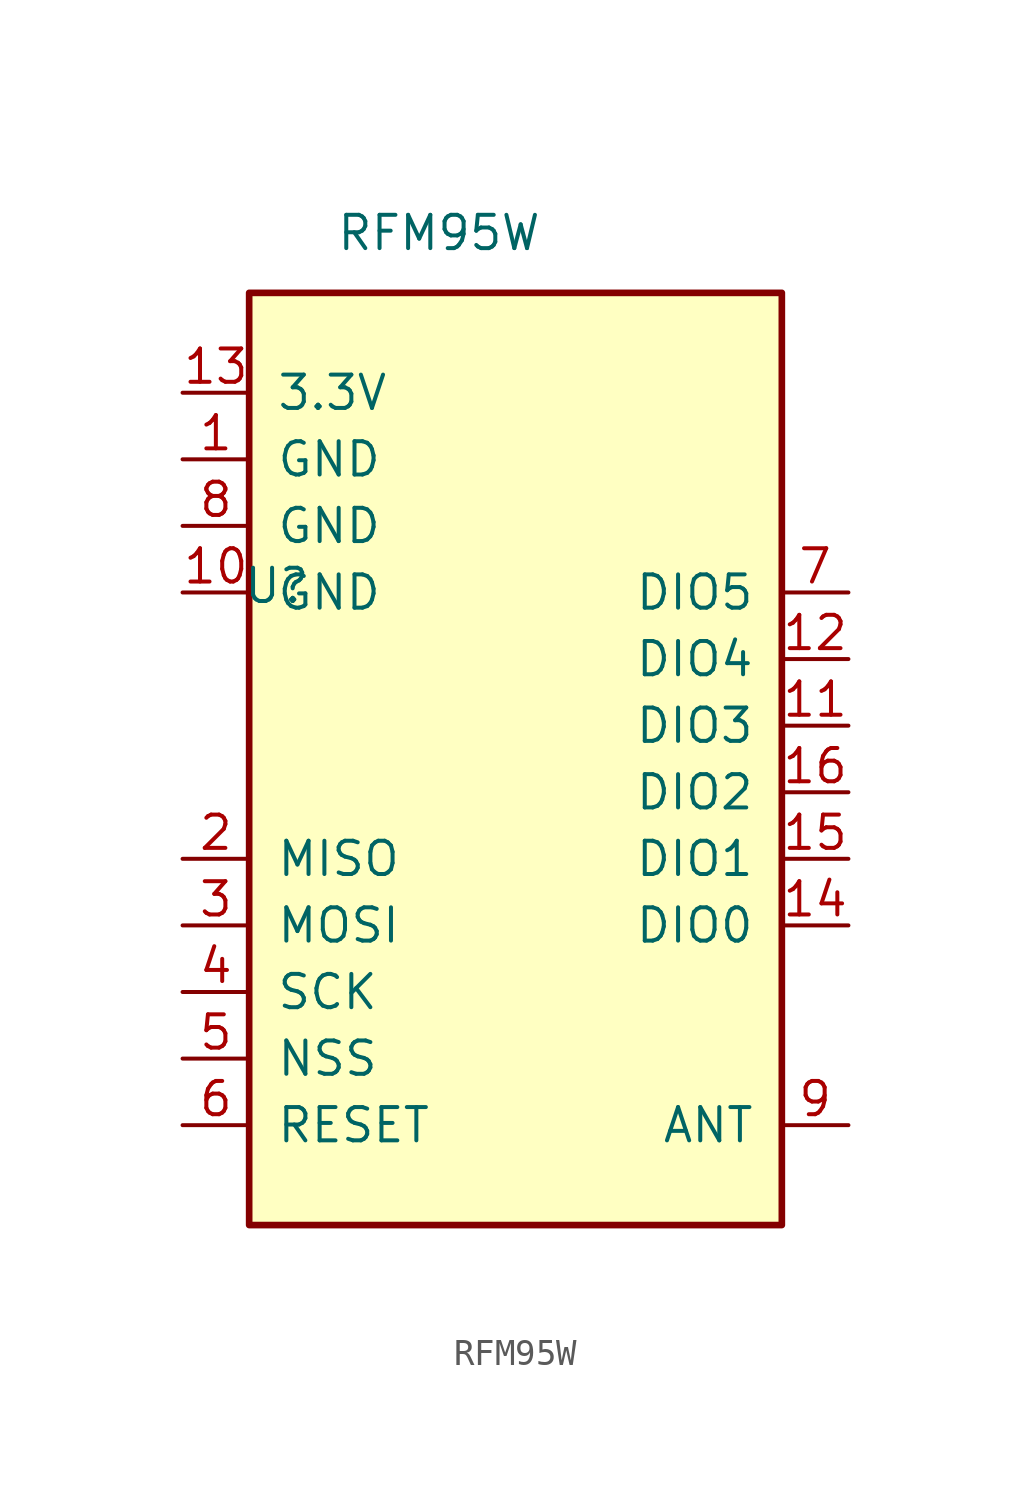
<source format=kicad_sym>
(kicad_symbol_lib
  (version 20241209)
  (generator "kicad_symbol_editor")
  (generator_version "9.0")
  (symbol "RFM95W"
    (pin_names
      (offset 1.016))
    (property "Reference" "U"
      (at -10.414 11.684 0)
      (effects (font (size 1.27 1.27)) (justify left)))
    (property "Value" "RFM95W"
      (at -6.858 25.146 0)
      (effects (font (size 1.27 1.27)) (justify left)))
    (symbol "RFM95W_1_1"
      (rectangle (start -10.16 22.86) (end 10.16 -12.7) (stroke (width 0.254) (type solid)) (fill (type background)))
      (pin power_in line (at -12.7 19.05 0) (length 2.54) (name "3.3V" (effects (font (size 1.27 1.27)))) (number "13" (effects (font (size 1.27 1.27)))))
      (pin power_in line (at -12.7 16.51 0) (length 2.54) (name "GND" (effects (font (size 1.27 1.27)))) (number "1" (effects (font (size 1.27 1.27)))))
      (pin power_in line (at -12.7 13.97 0) (length 2.54) (name "GND" (effects (font (size 1.27 1.27)))) (number "8" (effects (font (size 1.27 1.27)))))
      (pin power_in line (at -12.7 11.43 0) (length 2.54) (name "GND" (effects (font (size 1.27 1.27)))) (number "10" (effects (font (size 1.27 1.27)))))
      (pin output line (at -12.7 1.27 0) (length 2.54) (name "MISO" (effects (font (size 1.27 1.27)))) (number "2" (effects (font (size 1.27 1.27)))))
      (pin input line (at -12.7 -1.27 0) (length 2.54) (name "MOSI" (effects (font (size 1.27 1.27)))) (number "3" (effects (font (size 1.27 1.27)))))
      (pin input line (at -12.7 -3.81 0) (length 2.54) (name "SCK" (effects (font (size 1.27 1.27)))) (number "4" (effects (font (size 1.27 1.27)))))
      (pin input line (at -12.7 -6.35 0) (length 2.54) (name "NSS" (effects (font (size 1.27 1.27)))) (number "5" (effects (font (size 1.27 1.27)))))
      (pin bidirectional line (at -12.7 -8.89 0) (length 2.54) (name "RESET" (effects (font (size 1.27 1.27)))) (number "6" (effects (font (size 1.27 1.27)))))
      (pin bidirectional line (at 12.7 11.43 180) (length 2.54) (name "DIO5" (effects (font (size 1.27 1.27)))) (number "7" (effects (font (size 1.27 1.27)))))
      (pin bidirectional line (at 12.7 8.89 180) (length 2.54) (name "DIO4" (effects (font (size 1.27 1.27)))) (number "12" (effects (font (size 1.27 1.27)))))
      (pin bidirectional line (at 12.7 6.35 180) (length 2.54) (name "DIO3" (effects (font (size 1.27 1.27)))) (number "11" (effects (font (size 1.27 1.27)))))
      (pin bidirectional line (at 12.7 3.81 180) (length 2.54) (name "DIO2" (effects (font (size 1.27 1.27)))) (number "16" (effects (font (size 1.27 1.27)))))
      (pin bidirectional line (at 12.7 1.27 180) (length 2.54) (name "DIO1" (effects (font (size 1.27 1.27)))) (number "15" (effects (font (size 1.27 1.27)))))
      (pin bidirectional line (at 12.7 -1.27 180) (length 2.54) (name "DIO0" (effects (font (size 1.27 1.27)))) (number "14" (effects (font (size 1.27 1.27)))))
      (pin bidirectional line (at 12.7 -8.89 180) (length 2.54) (name "ANT" (effects (font (size 1.27 1.27)))) (number "9" (effects (font (size 1.27 1.27))))))))
</source>
